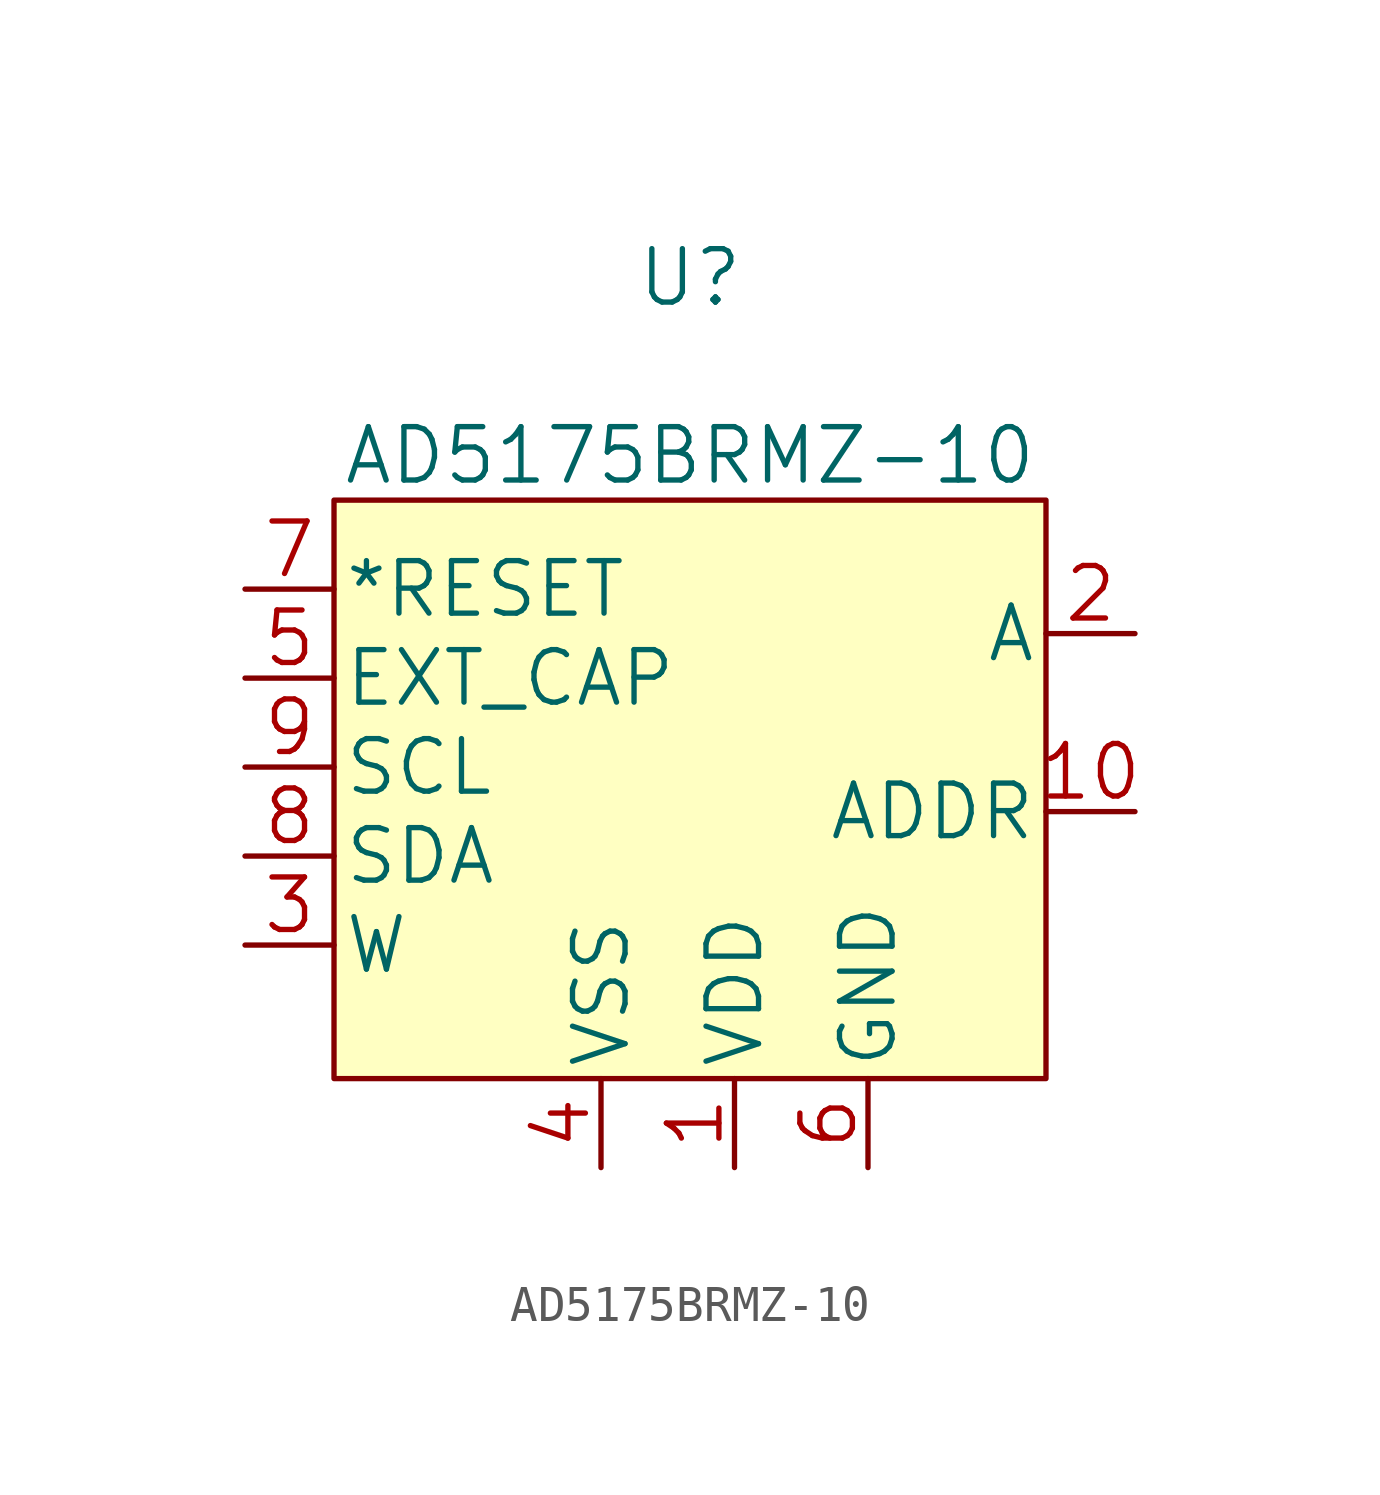
<source format=kicad_sym>
(kicad_symbol_lib
  (version 20211014)
  (generator kicad_symbol_editor)
  (symbol "AD5175BRMZ-10"
    (pin_names
      (offset 0.254))
    (property "Reference" "U"
      (at 12.7 8.89 0)
      (effects (font (size 1.524 1.524))))
    (property "Value" "AD5175BRMZ-10"
      (at 12.7 3.81 0)
      (effects (font (size 1.524 1.524))))
    (property "Datasheet" ""
      (at 0 0 0)
      (effects (font (size 1.524 1.524))))
    (property "ki_locked" ""
      (at 0 0 0)
      (effects (font (size 1.27 1.27))))
    (symbol "AD5175BRMZ-10_1_1"
      (rectangle (start 2.54 2.54) (end 22.86 -13.97) (stroke (width 0) (type default) (color 0 0 0 0)) (fill (type background)))
      (pin unspecified line (at 13.97 -16.51 90) (length 2.54) (name "VDD" (effects (font (size 1.499 1.499)))) (number "1" (effects (font (size 1.499 1.499)))))
      (pin unspecified line (at 25.4 -6.35 180) (length 2.54) (name "ADDR" (effects (font (size 1.499 1.499)))) (number "10" (effects (font (size 1.499 1.499)))))
      (pin unspecified line (at 25.4 -1.27 180) (length 2.54) (name "A" (effects (font (size 1.499 1.499)))) (number "2" (effects (font (size 1.499 1.499)))))
      (pin unspecified line (at 0 -10.16 0) (length 2.54) (name "W" (effects (font (size 1.499 1.499)))) (number "3" (effects (font (size 1.499 1.499)))))
      (pin unspecified line (at 10.16 -16.51 90) (length 2.54) (name "VSS" (effects (font (size 1.499 1.499)))) (number "4" (effects (font (size 1.499 1.499)))))
      (pin unspecified line (at 0 -2.54 0) (length 2.54) (name "EXT_CAP" (effects (font (size 1.499 1.499)))) (number "5" (effects (font (size 1.499 1.499)))))
      (pin unspecified line (at 17.78 -16.51 90) (length 2.54) (name "GND" (effects (font (size 1.499 1.499)))) (number "6" (effects (font (size 1.499 1.499)))))
      (pin unspecified line (at 0 0 0) (length 2.54) (name "*RESET" (effects (font (size 1.499 1.499)))) (number "7" (effects (font (size 1.499 1.499)))))
      (pin unspecified line (at 0 -7.62 0) (length 2.54) (name "SDA" (effects (font (size 1.499 1.499)))) (number "8" (effects (font (size 1.499 1.499)))))
      (pin unspecified line (at 0 -5.08 0) (length 2.54) (name "SCL" (effects (font (size 1.499 1.499)))) (number "9" (effects (font (size 1.499 1.499))))))))
</source>
